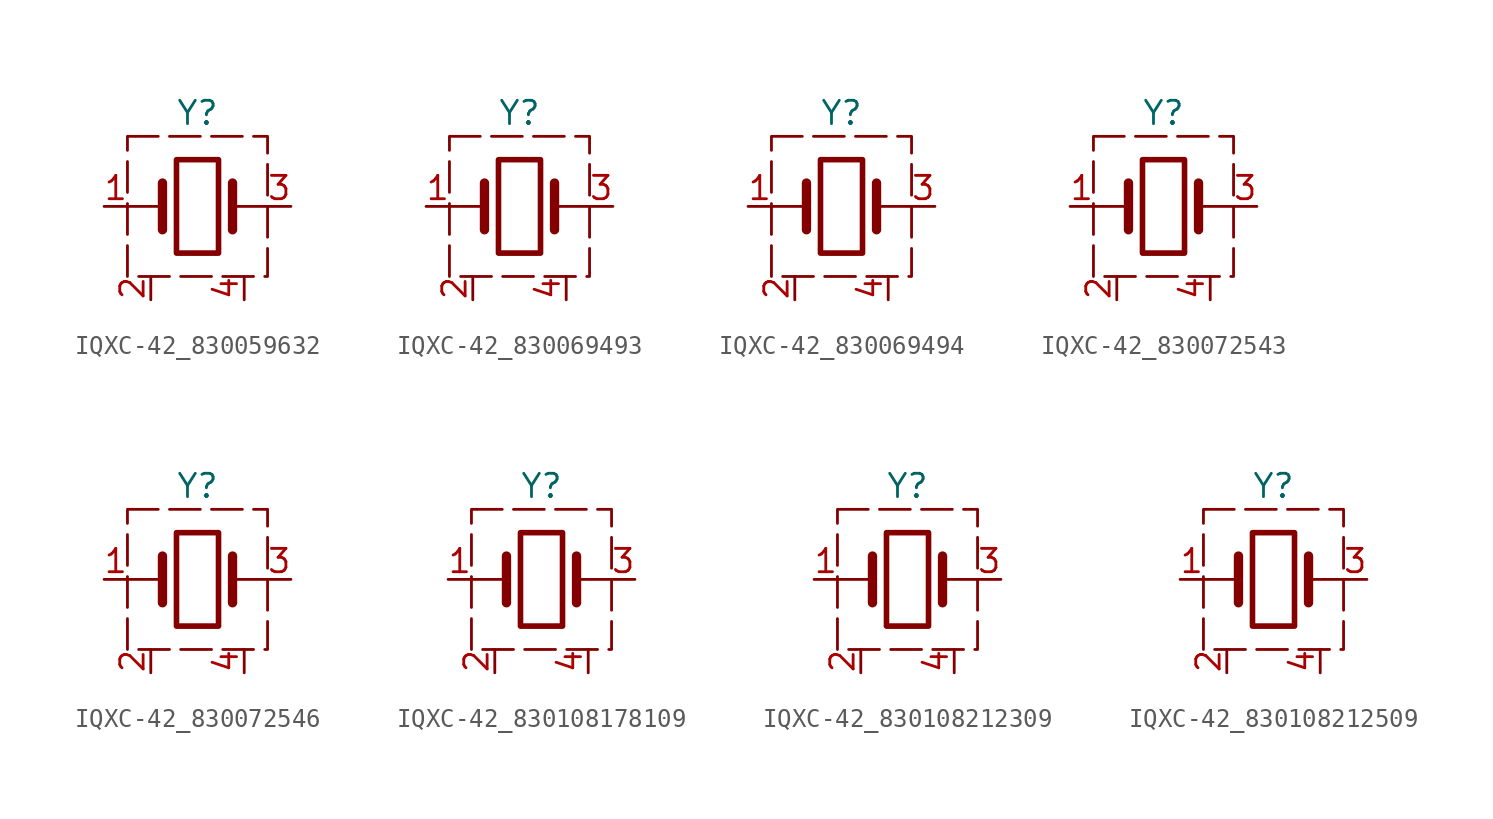
<source format=kicad_sym>
(kicad_symbol_lib
  (version 20220914)
  (generator kicad_symbol_editor)
  (symbol "IQXC-42_830059632"
    (pin_names hide)
    (property "Reference" "Y"
      (at 0 5.08 0)
      (effects (font (size 1.27 1.27))))
    (property "Critical Parameter" ""
      (at 0 -5.08 0)
      (effects (font (size 1.27 1.27)) (justify left)))
    (symbol "IQXC-42_830059632_0_1"
      (rectangle (start -1.143 2.54) (end 1.143 -2.54) (stroke (width 0.305) (type default)) (fill (type none)))
      (polyline (pts (xy -3.81 0) (xy -1.905 0)) (stroke (width 0) (type default)) (fill (type none)))
      (polyline (pts (xy -1.905 -1.27) (xy -1.905 1.27)) (stroke (width 0.508) (type default)) (fill (type none)))
      (polyline (pts (xy 1.905 -1.27) (xy 1.905 1.27)) (stroke (width 0.508) (type default)) (fill (type none)))
      (polyline (pts (xy 3.81 0) (xy 1.905 0)) (stroke (width 0) (type default)) (fill (type none))))
    (symbol "IQXC-42_830059632_1_1"
      (rectangle (start -3.81 3.81) (end 3.81 -3.81) (stroke (width 0) (type dash)) (fill (type none)))
      (pin passive line (at -5.08 0 0) (length 1.27) (name "1" (effects (font (size 1.27 1.27)))) (number "1" (effects (font (size 1.27 1.27)))))
      (pin passive line (at -2.54 -5.08 90) (length 1.27) (name "GND" (effects (font (size 1.27 1.27)))) (number "2" (effects (font (size 1.27 1.27)))))
      (pin passive line (at 5.08 0 180) (length 1.27) (name "3" (effects (font (size 1.27 1.27)))) (number "3" (effects (font (size 1.27 1.27)))))
      (pin passive line (at 2.54 -5.08 90) (length 1.27) (name "GND1" (effects (font (size 1.27 1.27)))) (number "4" (effects (font (size 1.27 1.27)))))))
  (symbol "IQXC-42_830069493"
    (pin_names hide)
    (property "Reference" "Y"
      (at 0 5.08 0)
      (effects (font (size 1.27 1.27))))
    (property "Critical Parameter" ""
      (at 0 -5.08 0)
      (effects (font (size 1.27 1.27)) (justify left)))
    (symbol "IQXC-42_830069493_0_1"
      (rectangle (start -1.143 2.54) (end 1.143 -2.54) (stroke (width 0.305) (type default)) (fill (type none)))
      (polyline (pts (xy -3.81 0) (xy -1.905 0)) (stroke (width 0) (type default)) (fill (type none)))
      (polyline (pts (xy -1.905 -1.27) (xy -1.905 1.27)) (stroke (width 0.508) (type default)) (fill (type none)))
      (polyline (pts (xy 1.905 -1.27) (xy 1.905 1.27)) (stroke (width 0.508) (type default)) (fill (type none)))
      (polyline (pts (xy 3.81 0) (xy 1.905 0)) (stroke (width 0) (type default)) (fill (type none))))
    (symbol "IQXC-42_830069493_1_1"
      (rectangle (start -3.81 3.81) (end 3.81 -3.81) (stroke (width 0) (type dash)) (fill (type none)))
      (pin passive line (at -5.08 0 0) (length 1.27) (name "1" (effects (font (size 1.27 1.27)))) (number "1" (effects (font (size 1.27 1.27)))))
      (pin passive line (at -2.54 -5.08 90) (length 1.27) (name "GND" (effects (font (size 1.27 1.27)))) (number "2" (effects (font (size 1.27 1.27)))))
      (pin passive line (at 5.08 0 180) (length 1.27) (name "3" (effects (font (size 1.27 1.27)))) (number "3" (effects (font (size 1.27 1.27)))))
      (pin passive line (at 2.54 -5.08 90) (length 1.27) (name "GND1" (effects (font (size 1.27 1.27)))) (number "4" (effects (font (size 1.27 1.27)))))))
  (symbol "IQXC-42_830069494"
    (pin_names hide)
    (property "Reference" "Y"
      (at 0 5.08 0)
      (effects (font (size 1.27 1.27))))
    (property "Critical Parameter" ""
      (at 0 -5.08 0)
      (effects (font (size 1.27 1.27)) (justify left)))
    (symbol "IQXC-42_830069494_0_1"
      (rectangle (start -1.143 2.54) (end 1.143 -2.54) (stroke (width 0.305) (type default)) (fill (type none)))
      (polyline (pts (xy -3.81 0) (xy -1.905 0)) (stroke (width 0) (type default)) (fill (type none)))
      (polyline (pts (xy -1.905 -1.27) (xy -1.905 1.27)) (stroke (width 0.508) (type default)) (fill (type none)))
      (polyline (pts (xy 1.905 -1.27) (xy 1.905 1.27)) (stroke (width 0.508) (type default)) (fill (type none)))
      (polyline (pts (xy 3.81 0) (xy 1.905 0)) (stroke (width 0) (type default)) (fill (type none))))
    (symbol "IQXC-42_830069494_1_1"
      (rectangle (start -3.81 3.81) (end 3.81 -3.81) (stroke (width 0) (type dash)) (fill (type none)))
      (pin passive line (at -5.08 0 0) (length 1.27) (name "1" (effects (font (size 1.27 1.27)))) (number "1" (effects (font (size 1.27 1.27)))))
      (pin passive line (at -2.54 -5.08 90) (length 1.27) (name "GND" (effects (font (size 1.27 1.27)))) (number "2" (effects (font (size 1.27 1.27)))))
      (pin passive line (at 5.08 0 180) (length 1.27) (name "3" (effects (font (size 1.27 1.27)))) (number "3" (effects (font (size 1.27 1.27)))))
      (pin passive line (at 2.54 -5.08 90) (length 1.27) (name "GND1" (effects (font (size 1.27 1.27)))) (number "4" (effects (font (size 1.27 1.27)))))))
  (symbol "IQXC-42_830072543"
    (pin_names hide)
    (property "Reference" "Y"
      (at 0 5.08 0)
      (effects (font (size 1.27 1.27))))
    (property "Critical Parameter" ""
      (at 0 -5.08 0)
      (effects (font (size 1.27 1.27)) (justify left)))
    (symbol "IQXC-42_830072543_0_1"
      (rectangle (start -1.143 2.54) (end 1.143 -2.54) (stroke (width 0.305) (type default)) (fill (type none)))
      (polyline (pts (xy -3.81 0) (xy -1.905 0)) (stroke (width 0) (type default)) (fill (type none)))
      (polyline (pts (xy -1.905 -1.27) (xy -1.905 1.27)) (stroke (width 0.508) (type default)) (fill (type none)))
      (polyline (pts (xy 1.905 -1.27) (xy 1.905 1.27)) (stroke (width 0.508) (type default)) (fill (type none)))
      (polyline (pts (xy 3.81 0) (xy 1.905 0)) (stroke (width 0) (type default)) (fill (type none))))
    (symbol "IQXC-42_830072543_1_1"
      (rectangle (start -3.81 3.81) (end 3.81 -3.81) (stroke (width 0) (type dash)) (fill (type none)))
      (pin passive line (at -5.08 0 0) (length 1.27) (name "1" (effects (font (size 1.27 1.27)))) (number "1" (effects (font (size 1.27 1.27)))))
      (pin passive line (at -2.54 -5.08 90) (length 1.27) (name "GND" (effects (font (size 1.27 1.27)))) (number "2" (effects (font (size 1.27 1.27)))))
      (pin passive line (at 5.08 0 180) (length 1.27) (name "3" (effects (font (size 1.27 1.27)))) (number "3" (effects (font (size 1.27 1.27)))))
      (pin passive line (at 2.54 -5.08 90) (length 1.27) (name "GND1" (effects (font (size 1.27 1.27)))) (number "4" (effects (font (size 1.27 1.27)))))))
  (symbol "IQXC-42_830072546"
    (pin_names hide)
    (property "Reference" "Y"
      (at 0 5.08 0)
      (effects (font (size 1.27 1.27))))
    (property "Critical Parameter" ""
      (at 0 -5.08 0)
      (effects (font (size 1.27 1.27)) (justify left)))
    (symbol "IQXC-42_830072546_0_1"
      (rectangle (start -1.143 2.54) (end 1.143 -2.54) (stroke (width 0.305) (type default)) (fill (type none)))
      (polyline (pts (xy -3.81 0) (xy -1.905 0)) (stroke (width 0) (type default)) (fill (type none)))
      (polyline (pts (xy -1.905 -1.27) (xy -1.905 1.27)) (stroke (width 0.508) (type default)) (fill (type none)))
      (polyline (pts (xy 1.905 -1.27) (xy 1.905 1.27)) (stroke (width 0.508) (type default)) (fill (type none)))
      (polyline (pts (xy 3.81 0) (xy 1.905 0)) (stroke (width 0) (type default)) (fill (type none))))
    (symbol "IQXC-42_830072546_1_1"
      (rectangle (start -3.81 3.81) (end 3.81 -3.81) (stroke (width 0) (type dash)) (fill (type none)))
      (pin passive line (at -5.08 0 0) (length 1.27) (name "1" (effects (font (size 1.27 1.27)))) (number "1" (effects (font (size 1.27 1.27)))))
      (pin passive line (at -2.54 -5.08 90) (length 1.27) (name "GND" (effects (font (size 1.27 1.27)))) (number "2" (effects (font (size 1.27 1.27)))))
      (pin passive line (at 5.08 0 180) (length 1.27) (name "3" (effects (font (size 1.27 1.27)))) (number "3" (effects (font (size 1.27 1.27)))))
      (pin passive line (at 2.54 -5.08 90) (length 1.27) (name "GND1" (effects (font (size 1.27 1.27)))) (number "4" (effects (font (size 1.27 1.27)))))))
  (symbol "IQXC-42_830108178109"
    (pin_names hide)
    (property "Reference" "Y"
      (at 0 5.08 0)
      (effects (font (size 1.27 1.27))))
    (property "Critical Parameter" ""
      (at 0 -5.08 0)
      (effects (font (size 1.27 1.27)) (justify left)))
    (symbol "IQXC-42_830108178109_0_1"
      (rectangle (start -1.143 2.54) (end 1.143 -2.54) (stroke (width 0.305) (type default)) (fill (type none)))
      (polyline (pts (xy -3.81 0) (xy -1.905 0)) (stroke (width 0) (type default)) (fill (type none)))
      (polyline (pts (xy -1.905 -1.27) (xy -1.905 1.27)) (stroke (width 0.508) (type default)) (fill (type none)))
      (polyline (pts (xy 1.905 -1.27) (xy 1.905 1.27)) (stroke (width 0.508) (type default)) (fill (type none)))
      (polyline (pts (xy 3.81 0) (xy 1.905 0)) (stroke (width 0) (type default)) (fill (type none))))
    (symbol "IQXC-42_830108178109_1_1"
      (rectangle (start -3.81 3.81) (end 3.81 -3.81) (stroke (width 0) (type dash)) (fill (type none)))
      (pin passive line (at -5.08 0 0) (length 1.27) (name "1" (effects (font (size 1.27 1.27)))) (number "1" (effects (font (size 1.27 1.27)))))
      (pin passive line (at -2.54 -5.08 90) (length 1.27) (name "GND" (effects (font (size 1.27 1.27)))) (number "2" (effects (font (size 1.27 1.27)))))
      (pin passive line (at 5.08 0 180) (length 1.27) (name "3" (effects (font (size 1.27 1.27)))) (number "3" (effects (font (size 1.27 1.27)))))
      (pin passive line (at 2.54 -5.08 90) (length 1.27) (name "GND1" (effects (font (size 1.27 1.27)))) (number "4" (effects (font (size 1.27 1.27)))))))
  (symbol "IQXC-42_830108212309"
    (pin_names hide)
    (property "Reference" "Y"
      (at 0 5.08 0)
      (effects (font (size 1.27 1.27))))
    (property "Critical Parameter" ""
      (at 0 -5.08 0)
      (effects (font (size 1.27 1.27)) (justify left)))
    (symbol "IQXC-42_830108212309_0_1"
      (rectangle (start -1.143 2.54) (end 1.143 -2.54) (stroke (width 0.305) (type default)) (fill (type none)))
      (polyline (pts (xy -3.81 0) (xy -1.905 0)) (stroke (width 0) (type default)) (fill (type none)))
      (polyline (pts (xy -1.905 -1.27) (xy -1.905 1.27)) (stroke (width 0.508) (type default)) (fill (type none)))
      (polyline (pts (xy 1.905 -1.27) (xy 1.905 1.27)) (stroke (width 0.508) (type default)) (fill (type none)))
      (polyline (pts (xy 3.81 0) (xy 1.905 0)) (stroke (width 0) (type default)) (fill (type none))))
    (symbol "IQXC-42_830108212309_1_1"
      (rectangle (start -3.81 3.81) (end 3.81 -3.81) (stroke (width 0) (type dash)) (fill (type none)))
      (pin passive line (at -5.08 0 0) (length 1.27) (name "1" (effects (font (size 1.27 1.27)))) (number "1" (effects (font (size 1.27 1.27)))))
      (pin passive line (at -2.54 -5.08 90) (length 1.27) (name "GND" (effects (font (size 1.27 1.27)))) (number "2" (effects (font (size 1.27 1.27)))))
      (pin passive line (at 5.08 0 180) (length 1.27) (name "3" (effects (font (size 1.27 1.27)))) (number "3" (effects (font (size 1.27 1.27)))))
      (pin passive line (at 2.54 -5.08 90) (length 1.27) (name "GND1" (effects (font (size 1.27 1.27)))) (number "4" (effects (font (size 1.27 1.27)))))))
  (symbol "IQXC-42_830108212509"
    (pin_names hide)
    (property "Reference" "Y"
      (at 0 5.08 0)
      (effects (font (size 1.27 1.27))))
    (property "Critical Parameter" ""
      (at 0 -5.08 0)
      (effects (font (size 1.27 1.27)) (justify left)))
    (symbol "IQXC-42_830108212509_0_1"
      (rectangle (start -1.143 2.54) (end 1.143 -2.54) (stroke (width 0.305) (type default)) (fill (type none)))
      (polyline (pts (xy -3.81 0) (xy -1.905 0)) (stroke (width 0) (type default)) (fill (type none)))
      (polyline (pts (xy -1.905 -1.27) (xy -1.905 1.27)) (stroke (width 0.508) (type default)) (fill (type none)))
      (polyline (pts (xy 1.905 -1.27) (xy 1.905 1.27)) (stroke (width 0.508) (type default)) (fill (type none)))
      (polyline (pts (xy 3.81 0) (xy 1.905 0)) (stroke (width 0) (type default)) (fill (type none))))
    (symbol "IQXC-42_830108212509_1_1"
      (rectangle (start -3.81 3.81) (end 3.81 -3.81) (stroke (width 0) (type dash)) (fill (type none)))
      (pin passive line (at -5.08 0 0) (length 1.27) (name "1" (effects (font (size 1.27 1.27)))) (number "1" (effects (font (size 1.27 1.27)))))
      (pin passive line (at -2.54 -5.08 90) (length 1.27) (name "GND" (effects (font (size 1.27 1.27)))) (number "2" (effects (font (size 1.27 1.27)))))
      (pin passive line (at 5.08 0 180) (length 1.27) (name "3" (effects (font (size 1.27 1.27)))) (number "3" (effects (font (size 1.27 1.27)))))
      (pin passive line (at 2.54 -5.08 90) (length 1.27) (name "GND1" (effects (font (size 1.27 1.27)))) (number "4" (effects (font (size 1.27 1.27))))))))
</source>
